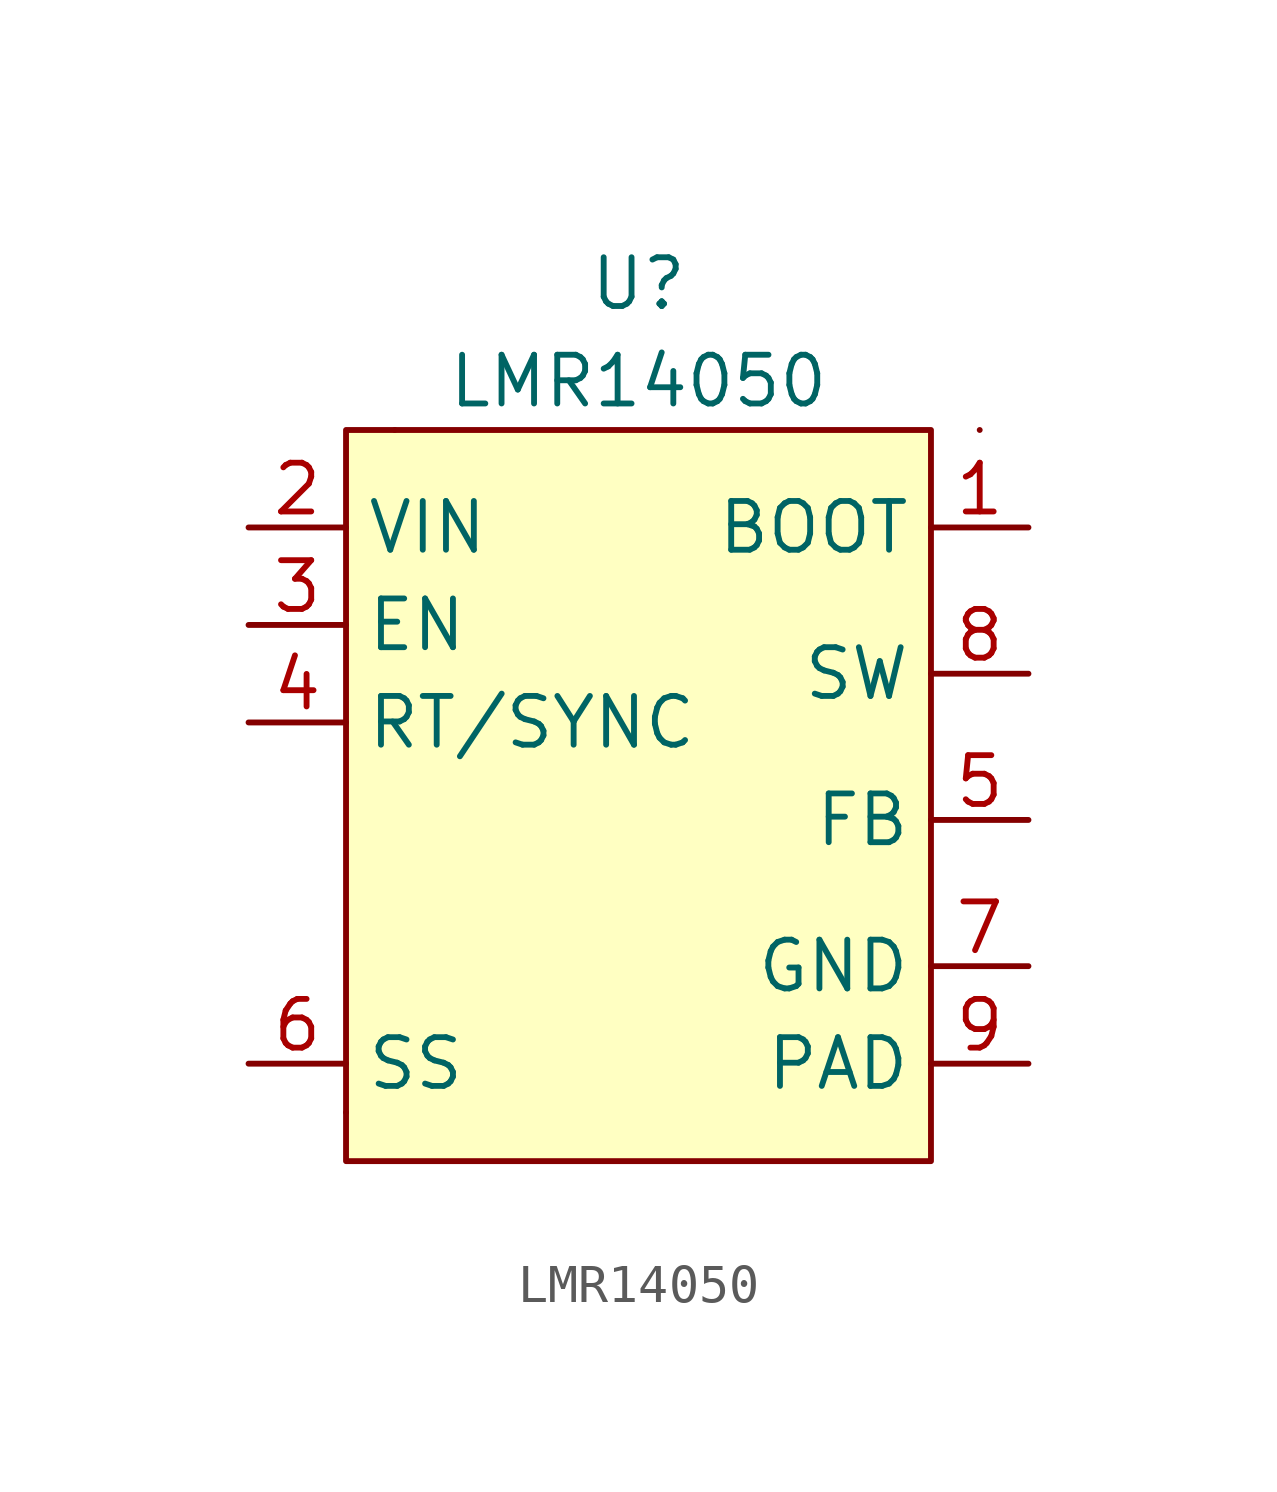
<source format=kicad_sym>
(kicad_symbol_lib
  (version 20211014)
  (generator kicad_symbol_editor)
  (symbol "LMR14050"
    (property "Reference" "U"
      (at 0 13.97 0)
      (effects (font (size 1.27 1.27))))
    (property "Value" "LMR14050"
      (at 0 11.43 0)
      (effects (font (size 1.27 1.27))))
    (symbol "LMR14050_0_1"
      (rectangle (start -7.62 -7.62) (end -7.62 -7.62) (stroke (width 0) (type default) (color 0 0 0 0)) (fill (type none)))
      (polyline (pts (xy -6.35 10.16) (xy -6.35 10.16)) (stroke (width 0) (type default) (color 0 0 0 0)) (fill (type none)))
      (polyline (pts (xy 8.89 10.16) (xy 8.89 10.16)) (stroke (width 0) (type default) (color 0 0 0 0)) (fill (type none)))
      (rectangle (start 7.62 10.16) (end -7.62 -8.89) (stroke (width 0) (type default) (color 0 0 0 0)) (fill (type background))))
    (symbol "LMR14050_1_1"
      (pin output line (at 10.16 7.62 180) (length 2.54) (name "BOOT" (effects (font (size 1.27 1.27)))) (number "1" (effects (font (size 1.27 1.27)))))
      (pin power_in line (at -10.16 7.62 0) (length 2.54) (name "VIN" (effects (font (size 1.27 1.27)))) (number "2" (effects (font (size 1.27 1.27)))))
      (pin input line (at -10.16 5.08 0) (length 2.54) (name "EN" (effects (font (size 1.27 1.27)))) (number "3" (effects (font (size 1.27 1.27)))))
      (pin input line (at -10.16 2.54 0) (length 2.54) (name "RT/SYNC" (effects (font (size 1.27 1.27)))) (number "4" (effects (font (size 1.27 1.27)))))
      (pin input line (at 10.16 0 180) (length 2.54) (name "FB" (effects (font (size 1.27 1.27)))) (number "5" (effects (font (size 1.27 1.27)))))
      (pin input line (at -10.16 -6.35 0) (length 2.54) (name "SS" (effects (font (size 1.27 1.27)))) (number "6" (effects (font (size 1.27 1.27)))))
      (pin unspecified line (at 10.16 -3.81 180) (length 2.54) (name "GND" (effects (font (size 1.27 1.27)))) (number "7" (effects (font (size 1.27 1.27)))))
      (pin power_out line (at 10.16 3.81 180) (length 2.54) (name "SW" (effects (font (size 1.27 1.27)))) (number "8" (effects (font (size 1.27 1.27)))))
      (pin unspecified line (at 10.16 -6.35 180) (length 2.54) (name "PAD" (effects (font (size 1.27 1.27)))) (number "9" (effects (font (size 1.27 1.27))))))))
</source>
